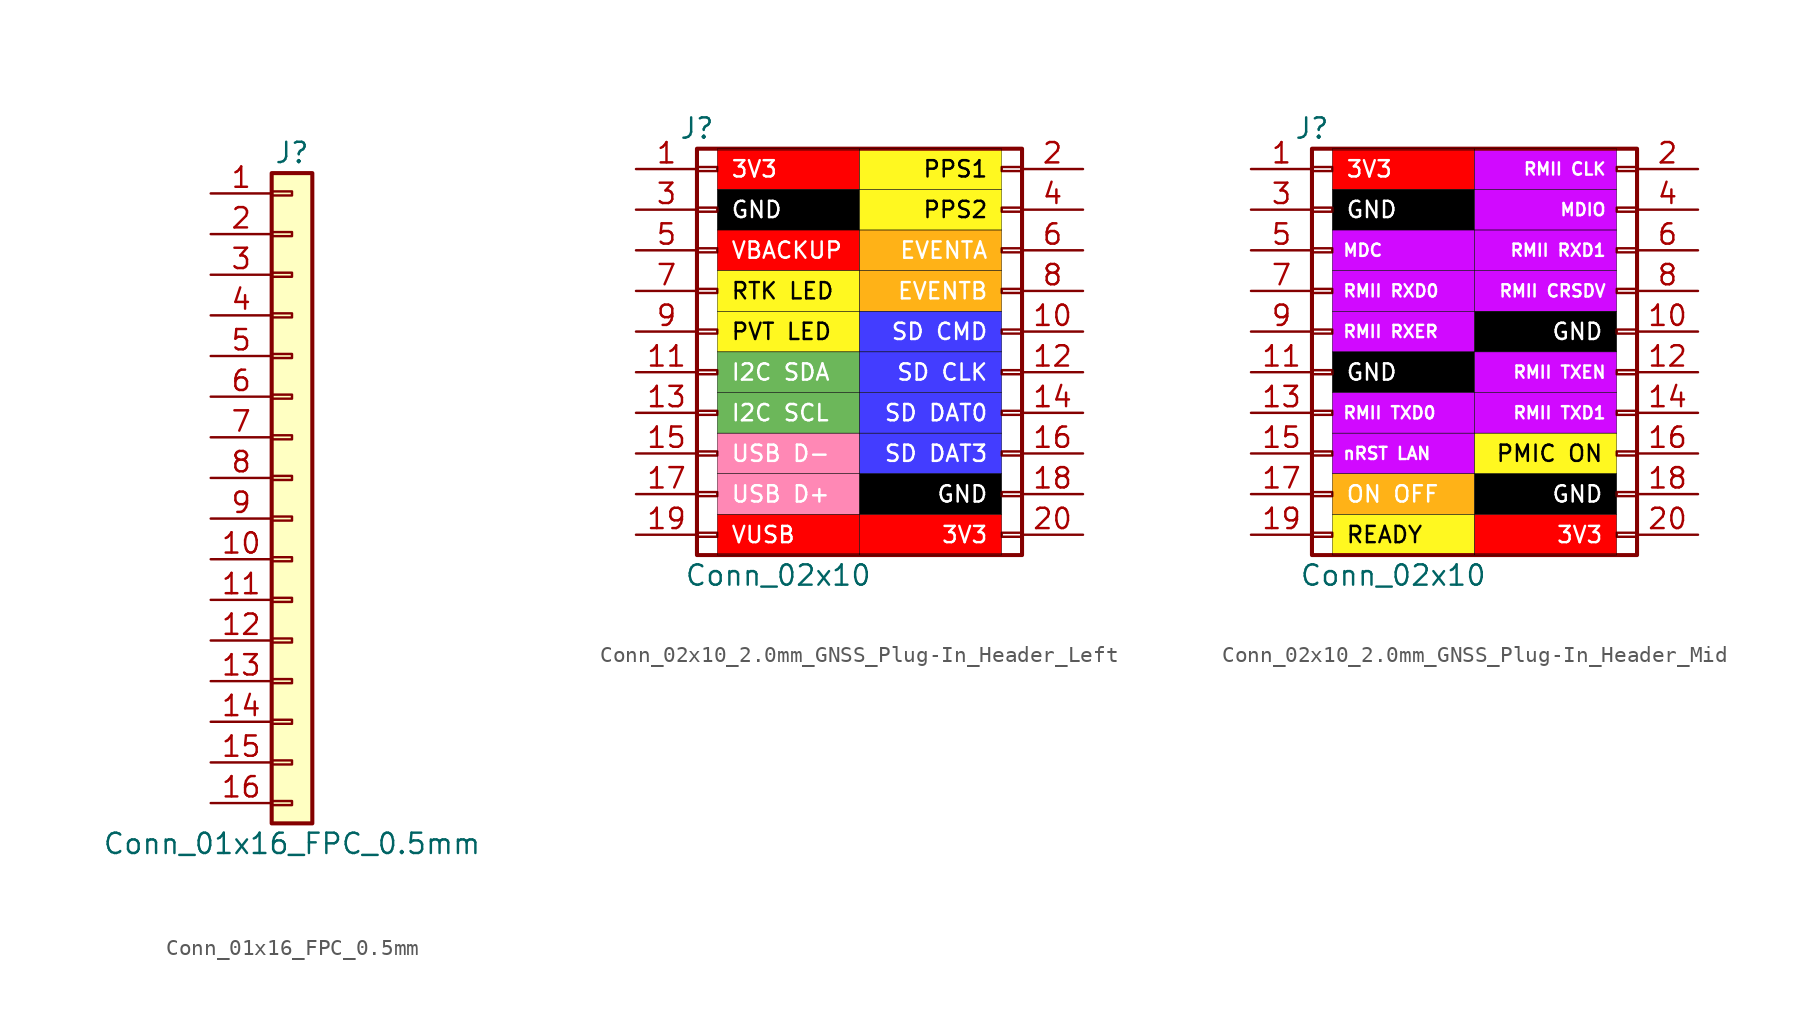
<source format=kicad_sym>
(kicad_symbol_lib
  (version 20231120)
  (generator "kicad_symbol_editor")
  (generator_version "8.0")
  (symbol "Conn_01x16_FPC_0.5mm"
    (pin_names
      (offset 1.016) hide)
    (property "Reference" "J"
      (at 0 20.32 0)
      (effects (font (size 1.27 1.27))))
    (property "Value" "Conn_01x16_FPC_0.5mm"
      (at 0 -22.86 0)
      (effects (font (size 1.27 1.27))))
    (symbol "Conn_01x16_FPC_0.5mm_1_1"
      (rectangle (start -1.27 -20.193) (end 0 -20.447) (stroke (width 0.152) (type default)) (fill (type none)))
      (rectangle (start -1.27 -17.653) (end 0 -17.907) (stroke (width 0.152) (type default)) (fill (type none)))
      (rectangle (start -1.27 -15.113) (end 0 -15.367) (stroke (width 0.152) (type default)) (fill (type none)))
      (rectangle (start -1.27 -12.573) (end 0 -12.827) (stroke (width 0.152) (type default)) (fill (type none)))
      (rectangle (start -1.27 -10.033) (end 0 -10.287) (stroke (width 0.152) (type default)) (fill (type none)))
      (rectangle (start -1.27 -7.493) (end 0 -7.747) (stroke (width 0.152) (type default)) (fill (type none)))
      (rectangle (start -1.27 -4.953) (end 0 -5.207) (stroke (width 0.152) (type default)) (fill (type none)))
      (rectangle (start -1.27 -2.413) (end 0 -2.667) (stroke (width 0.152) (type default)) (fill (type none)))
      (rectangle (start -1.27 0.127) (end 0 -0.127) (stroke (width 0.152) (type default)) (fill (type none)))
      (rectangle (start -1.27 2.667) (end 0 2.413) (stroke (width 0.152) (type default)) (fill (type none)))
      (rectangle (start -1.27 5.207) (end 0 4.953) (stroke (width 0.152) (type default)) (fill (type none)))
      (rectangle (start -1.27 7.747) (end 0 7.493) (stroke (width 0.152) (type default)) (fill (type none)))
      (rectangle (start -1.27 10.287) (end 0 10.033) (stroke (width 0.152) (type default)) (fill (type none)))
      (rectangle (start -1.27 12.827) (end 0 12.573) (stroke (width 0.152) (type default)) (fill (type none)))
      (rectangle (start -1.27 15.367) (end 0 15.113) (stroke (width 0.152) (type default)) (fill (type none)))
      (rectangle (start -1.27 17.907) (end 0 17.653) (stroke (width 0.152) (type default)) (fill (type none)))
      (rectangle (start -1.27 19.05) (end 1.27 -21.59) (stroke (width 0.254) (type default)) (fill (type background)))
      (pin passive line (at -5.08 17.78 0) (length 3.81) (name "Pin_1" (effects (font (size 1.27 1.27)))) (number "1" (effects (font (size 1.27 1.27)))))
      (pin passive line (at -5.08 -5.08 0) (length 3.81) (name "Pin_10" (effects (font (size 1.27 1.27)))) (number "10" (effects (font (size 1.27 1.27)))))
      (pin passive line (at -5.08 -7.62 0) (length 3.81) (name "Pin_11" (effects (font (size 1.27 1.27)))) (number "11" (effects (font (size 1.27 1.27)))))
      (pin passive line (at -5.08 -10.16 0) (length 3.81) (name "Pin_12" (effects (font (size 1.27 1.27)))) (number "12" (effects (font (size 1.27 1.27)))))
      (pin passive line (at -5.08 -12.7 0) (length 3.81) (name "Pin_13" (effects (font (size 1.27 1.27)))) (number "13" (effects (font (size 1.27 1.27)))))
      (pin passive line (at -5.08 -15.24 0) (length 3.81) (name "Pin_14" (effects (font (size 1.27 1.27)))) (number "14" (effects (font (size 1.27 1.27)))))
      (pin passive line (at -5.08 -17.78 0) (length 3.81) (name "Pin_15" (effects (font (size 1.27 1.27)))) (number "15" (effects (font (size 1.27 1.27)))))
      (pin passive line (at -5.08 -20.32 0) (length 3.81) (name "Pin_16" (effects (font (size 1.27 1.27)))) (number "16" (effects (font (size 1.27 1.27)))))
      (pin passive line (at -5.08 15.24 0) (length 3.81) (name "Pin_2" (effects (font (size 1.27 1.27)))) (number "2" (effects (font (size 1.27 1.27)))))
      (pin passive line (at -5.08 12.7 0) (length 3.81) (name "Pin_3" (effects (font (size 1.27 1.27)))) (number "3" (effects (font (size 1.27 1.27)))))
      (pin passive line (at -5.08 10.16 0) (length 3.81) (name "Pin_4" (effects (font (size 1.27 1.27)))) (number "4" (effects (font (size 1.27 1.27)))))
      (pin passive line (at -5.08 7.62 0) (length 3.81) (name "Pin_5" (effects (font (size 1.27 1.27)))) (number "5" (effects (font (size 1.27 1.27)))))
      (pin passive line (at -5.08 5.08 0) (length 3.81) (name "Pin_6" (effects (font (size 1.27 1.27)))) (number "6" (effects (font (size 1.27 1.27)))))
      (pin passive line (at -5.08 2.54 0) (length 3.81) (name "Pin_7" (effects (font (size 1.27 1.27)))) (number "7" (effects (font (size 1.27 1.27)))))
      (pin passive line (at -5.08 0 0) (length 3.81) (name "Pin_8" (effects (font (size 1.27 1.27)))) (number "8" (effects (font (size 1.27 1.27)))))
      (pin passive line (at -5.08 -2.54 0) (length 3.81) (name "Pin_9" (effects (font (size 1.27 1.27)))) (number "9" (effects (font (size 1.27 1.27)))))))
  (symbol "Conn_02x10_2.0mm_GNSS_Plug-In_Header_Left"
    (pin_names
      (offset 1.016) hide)
    (property "Reference" "J"
      (at -10.16 12.7 0)
      (effects (font (size 1.27 1.27))))
    (property "Value" "Conn_02x10"
      (at -5.08 -15.24 0)
      (effects (font (size 1.27 1.27))))
    (symbol "Conn_02x10_2.0mm_GNSS_Plug-In_Header_Left_1_1"
      (rectangle (start -10.16 -12.573) (end -8.89 -12.827) (stroke (width 0.152) (type default)) (fill (type none)))
      (rectangle (start -10.16 -10.033) (end -8.89 -10.287) (stroke (width 0.152) (type default)) (fill (type none)))
      (rectangle (start -10.16 -7.493) (end -8.89 -7.747) (stroke (width 0.152) (type default)) (fill (type none)))
      (rectangle (start -10.16 -4.953) (end -8.89 -5.207) (stroke (width 0.152) (type default)) (fill (type none)))
      (rectangle (start -10.16 -2.413) (end -8.89 -2.667) (stroke (width 0.152) (type default)) (fill (type none)))
      (rectangle (start -10.16 0.127) (end -8.89 -0.127) (stroke (width 0.152) (type default)) (fill (type none)))
      (rectangle (start -10.16 2.667) (end -8.89 2.413) (stroke (width 0.152) (type default)) (fill (type none)))
      (rectangle (start -10.16 5.207) (end -8.89 4.953) (stroke (width 0.152) (type default)) (fill (type none)))
      (rectangle (start -10.16 7.747) (end -8.89 7.493) (stroke (width 0.152) (type default)) (fill (type none)))
      (rectangle (start -10.16 10.287) (end -8.89 10.033) (stroke (width 0.152) (type default)) (fill (type none)))
      (rectangle (start -10.16 11.43) (end 10.16 -13.97) (stroke (width 0.254) (type default)) (fill (type none)))
      (rectangle (start 8.89 -12.573) (end 10.16 -12.827) (stroke (width 0.152) (type default)) (fill (type none)))
      (rectangle (start 8.89 -10.033) (end 10.16 -10.287) (stroke (width 0.152) (type default)) (fill (type none)))
      (rectangle (start 8.89 -7.493) (end 10.16 -7.747) (stroke (width 0.152) (type default)) (fill (type none)))
      (rectangle (start 8.89 -4.953) (end 10.16 -5.207) (stroke (width 0.152) (type default)) (fill (type none)))
      (rectangle (start 8.89 -2.413) (end 10.16 -2.667) (stroke (width 0.152) (type default)) (fill (type none)))
      (rectangle (start 8.89 0.127) (end 10.16 -0.127) (stroke (width 0.152) (type default)) (fill (type none)))
      (rectangle (start 8.89 2.667) (end 10.16 2.413) (stroke (width 0.152) (type default)) (fill (type none)))
      (rectangle (start 8.89 5.207) (end 10.16 4.953) (stroke (width 0.152) (type default)) (fill (type none)))
      (rectangle (start 8.89 7.747) (end 10.16 7.493) (stroke (width 0.152) (type default)) (fill (type none)))
      (rectangle (start 8.89 10.287) (end 10.16 10.033) (stroke (width 0.152) (type default)) (fill (type none)))
      (text_box "3V3" (at -8.89 11.43 0) (size 8.89 -2.54) (stroke (width 0.025) (type default) (color 0 0 1 1)) (fill (type color) (color 255 0 0 1)) (effects (font (size 1.016 1.016) (color 255 255 255 1)) (justify left)))
      (text_box "3V3" (at 0 -11.43 0) (size 8.89 -2.54) (stroke (width 0.025) (type default) (color 0 0 1 1)) (fill (type color) (color 255 0 0 1)) (effects (font (size 1.016 1.016) (color 255 255 255 1)) (justify right)))
      (text_box "EVENTA" (at 0 6.35 0) (size 8.89 -2.54) (stroke (width 0.025) (type default) (color 0 0 1 1)) (fill (type color) (color 255 178 23 1)) (effects (font (size 1.016 1.016) (color 255 255 255 1)) (justify right)))
      (text_box "EVENTB" (at 0 3.81 0) (size 8.89 -2.54) (stroke (width 0.025) (type default) (color 0 0 1 1)) (fill (type color) (color 255 178 23 1)) (effects (font (size 1.016 1.016) (color 255 255 255 1)) (justify right)))
      (text_box "GND" (at -8.89 8.89 0) (size 8.89 -2.54) (stroke (width 0.025) (type default) (color 0 0 1 1)) (fill (type color) (color 0 0 0 1)) (effects (font (size 1.016 1.016) (color 255 255 255 1)) (justify left)))
      (text_box "GND" (at 0 -8.89 0) (size 8.89 -2.54) (stroke (width 0.025) (type default) (color 0 0 1 1)) (fill (type color) (color 0 0 0 1)) (effects (font (size 1.016 1.016) (color 255 255 255 1)) (justify right)))
      (text_box "I2C SCL" (at -8.89 -3.81 0) (size 8.89 -2.54) (stroke (width 0.025) (type default) (color 0 0 1 1)) (fill (type color) (color 108 183 90 1)) (effects (font (size 1.016 1.016) (color 255 255 255 1)) (justify left)))
      (text_box "I2C SDA" (at -8.89 -1.27 0) (size 8.89 -2.54) (stroke (width 0.025) (type default) (color 0 0 1 1)) (fill (type color) (color 108 183 90 1)) (effects (font (size 1.016 1.016) (color 255 255 255 1)) (justify left)))
      (text_box "PPS1" (at 0 11.43 0) (size 8.89 -2.54) (stroke (width 0.025) (type default) (color 0 0 1 1)) (fill (type color) (color 255 248 32 1)) (effects (font (size 1.016 1.016) (color 0 0 0 1)) (justify right)))
      (text_box "PPS2" (at 0 8.89 0) (size 8.89 -2.54) (stroke (width 0.025) (type default) (color 0 0 1 1)) (fill (type color) (color 255 248 32 1)) (effects (font (size 1.016 1.016) (color 0 0 0 1)) (justify right)))
      (text_box "PVT LED" (at -8.89 1.27 0) (size 8.89 -2.54) (stroke (width 0.025) (type default) (color 0 0 1 1)) (fill (type color) (color 255 248 32 1)) (effects (font (size 1.016 1.016) (color 0 0 0 1)) (justify left)))
      (text_box "RTK LED" (at -8.89 3.81 0) (size 8.89 -2.54) (stroke (width 0.025) (type default) (color 0 0 1 1)) (fill (type color) (color 255 248 32 1)) (effects (font (size 1.016 1.016) (color 0 0 0 1)) (justify left)))
      (text_box "SD CLK" (at 0 -1.27 0) (size 8.89 -2.54) (stroke (width 0.025) (type default) (color 0 0 1 1)) (fill (type color) (color 67 61 255 1)) (effects (font (size 1.016 1.016) (color 255 255 255 1)) (justify right)))
      (text_box "SD CMD" (at 0 1.27 0) (size 8.89 -2.54) (stroke (width 0.025) (type default) (color 0 0 1 1)) (fill (type color) (color 67 61 255 1)) (effects (font (size 1.016 1.016) (color 255 255 255 1)) (justify right)))
      (text_box "SD DAT0" (at 0 -3.81 0) (size 8.89 -2.54) (stroke (width 0.025) (type default) (color 0 0 1 1)) (fill (type color) (color 67 61 255 1)) (effects (font (size 1.016 1.016) (color 255 255 255 1)) (justify right)))
      (text_box "SD DAT3" (at 0 -6.35 0) (size 8.89 -2.54) (stroke (width 0.025) (type default) (color 0 0 1 1)) (fill (type color) (color 67 61 255 1)) (effects (font (size 1.016 1.016) (color 255 255 255 1)) (justify right)))
      (text_box "USB D+" (at -8.89 -8.89 0) (size 8.89 -2.54) (stroke (width 0.025) (type default) (color 0 0 1 1)) (fill (type color) (color 255 136 181 1)) (effects (font (size 1.016 1.016) (color 255 255 255 1)) (justify left)))
      (text_box "USB D-" (at -8.89 -6.35 0) (size 8.89 -2.54) (stroke (width 0.025) (type default) (color 0 0 1 1)) (fill (type color) (color 255 136 181 1)) (effects (font (size 1.016 1.016) (color 255 255 255 1)) (justify left)))
      (text_box "VBACKUP" (at -8.89 6.35 0) (size 8.89 -2.54) (stroke (width 0.025) (type default) (color 0 0 1 1)) (fill (type color) (color 255 0 0 1)) (effects (font (size 1.016 1.016) (color 255 255 255 1)) (justify left)))
      (text_box "VUSB" (at -8.89 -11.43 0) (size 8.89 -2.54) (stroke (width 0.025) (type default) (color 0 0 1 1)) (fill (type color) (color 255 0 0 1)) (effects (font (size 1.016 1.016) (color 255 255 255 1)) (justify left)))
      (pin passive line (at -13.97 10.16 0) (length 3.81) (name "Pin_1" (effects (font (size 1.27 1.27)))) (number "1" (effects (font (size 1.27 1.27)))))
      (pin passive line (at 13.97 0 180) (length 3.81) (name "Pin_10" (effects (font (size 1.27 1.27)))) (number "10" (effects (font (size 1.27 1.27)))))
      (pin passive line (at -13.97 -2.54 0) (length 3.81) (name "Pin_1" (effects (font (size 1.27 1.27)))) (number "11" (effects (font (size 1.27 1.27)))))
      (pin passive line (at 13.97 -2.54 180) (length 3.81) (name "Pin_2" (effects (font (size 1.27 1.27)))) (number "12" (effects (font (size 1.27 1.27)))))
      (pin passive line (at -13.97 -5.08 0) (length 3.81) (name "Pin_1" (effects (font (size 1.27 1.27)))) (number "13" (effects (font (size 1.27 1.27)))))
      (pin passive line (at 13.97 -5.08 180) (length 3.81) (name "Pin_2" (effects (font (size 1.27 1.27)))) (number "14" (effects (font (size 1.27 1.27)))))
      (pin passive line (at -13.97 -7.62 0) (length 3.81) (name "Pin_1" (effects (font (size 1.27 1.27)))) (number "15" (effects (font (size 1.27 1.27)))))
      (pin passive line (at 13.97 -7.62 180) (length 3.81) (name "Pin_2" (effects (font (size 1.27 1.27)))) (number "16" (effects (font (size 1.27 1.27)))))
      (pin passive line (at -13.97 -10.16 0) (length 3.81) (name "Pin_1" (effects (font (size 1.27 1.27)))) (number "17" (effects (font (size 1.27 1.27)))))
      (pin passive line (at 13.97 -10.16 180) (length 3.81) (name "Pin_2" (effects (font (size 1.27 1.27)))) (number "18" (effects (font (size 1.27 1.27)))))
      (pin passive line (at -13.97 -12.7 0) (length 3.81) (name "Pin_1" (effects (font (size 1.27 1.27)))) (number "19" (effects (font (size 1.27 1.27)))))
      (pin passive line (at 13.97 10.16 180) (length 3.81) (name "Pin_2" (effects (font (size 1.27 1.27)))) (number "2" (effects (font (size 1.27 1.27)))))
      (pin passive line (at 13.97 -12.7 180) (length 3.81) (name "Pin_2" (effects (font (size 1.27 1.27)))) (number "20" (effects (font (size 1.27 1.27)))))
      (pin passive line (at -13.97 7.62 0) (length 3.81) (name "Pin_3" (effects (font (size 1.27 1.27)))) (number "3" (effects (font (size 1.27 1.27)))))
      (pin passive line (at 13.97 7.62 180) (length 3.81) (name "Pin_4" (effects (font (size 1.27 1.27)))) (number "4" (effects (font (size 1.27 1.27)))))
      (pin passive line (at -13.97 5.08 0) (length 3.81) (name "Pin_5" (effects (font (size 1.27 1.27)))) (number "5" (effects (font (size 1.27 1.27)))))
      (pin passive line (at 13.97 5.08 180) (length 3.81) (name "Pin_6" (effects (font (size 1.27 1.27)))) (number "6" (effects (font (size 1.27 1.27)))))
      (pin passive line (at -13.97 2.54 0) (length 3.81) (name "Pin_7" (effects (font (size 1.27 1.27)))) (number "7" (effects (font (size 1.27 1.27)))))
      (pin passive line (at 13.97 2.54 180) (length 3.81) (name "Pin_8" (effects (font (size 1.27 1.27)))) (number "8" (effects (font (size 1.27 1.27)))))
      (pin passive line (at -13.97 0 0) (length 3.81) (name "Pin_9" (effects (font (size 1.27 1.27)))) (number "9" (effects (font (size 1.27 1.27)))))))
  (symbol "Conn_02x10_2.0mm_GNSS_Plug-In_Header_Mid"
    (pin_names
      (offset 1.016) hide)
    (property "Reference" "J"
      (at -10.16 12.7 0)
      (effects (font (size 1.27 1.27))))
    (property "Value" "Conn_02x10"
      (at -5.08 -15.24 0)
      (effects (font (size 1.27 1.27))))
    (symbol "Conn_02x10_2.0mm_GNSS_Plug-In_Header_Mid_1_1"
      (rectangle (start -10.16 -12.573) (end -8.89 -12.827) (stroke (width 0.152) (type default)) (fill (type none)))
      (rectangle (start -10.16 -10.033) (end -8.89 -10.287) (stroke (width 0.152) (type default)) (fill (type none)))
      (rectangle (start -10.16 -7.493) (end -8.89 -7.747) (stroke (width 0.152) (type default)) (fill (type none)))
      (rectangle (start -10.16 -4.953) (end -8.89 -5.207) (stroke (width 0.152) (type default)) (fill (type none)))
      (rectangle (start -10.16 -2.413) (end -8.89 -2.667) (stroke (width 0.152) (type default)) (fill (type none)))
      (rectangle (start -10.16 0.127) (end -8.89 -0.127) (stroke (width 0.152) (type default)) (fill (type none)))
      (rectangle (start -10.16 2.667) (end -8.89 2.413) (stroke (width 0.152) (type default)) (fill (type none)))
      (rectangle (start -10.16 5.207) (end -8.89 4.953) (stroke (width 0.152) (type default)) (fill (type none)))
      (rectangle (start -10.16 7.747) (end -8.89 7.493) (stroke (width 0.152) (type default)) (fill (type none)))
      (rectangle (start -10.16 10.287) (end -8.89 10.033) (stroke (width 0.152) (type default)) (fill (type none)))
      (rectangle (start -10.16 11.43) (end 10.16 -13.97) (stroke (width 0.254) (type default)) (fill (type none)))
      (rectangle (start 8.89 -12.573) (end 10.16 -12.827) (stroke (width 0.152) (type default)) (fill (type none)))
      (rectangle (start 8.89 -10.033) (end 10.16 -10.287) (stroke (width 0.152) (type default)) (fill (type none)))
      (rectangle (start 8.89 -7.493) (end 10.16 -7.747) (stroke (width 0.152) (type default)) (fill (type none)))
      (rectangle (start 8.89 -4.953) (end 10.16 -5.207) (stroke (width 0.152) (type default)) (fill (type none)))
      (rectangle (start 8.89 -2.413) (end 10.16 -2.667) (stroke (width 0.152) (type default)) (fill (type none)))
      (rectangle (start 8.89 0.127) (end 10.16 -0.127) (stroke (width 0.152) (type default)) (fill (type none)))
      (rectangle (start 8.89 2.667) (end 10.16 2.413) (stroke (width 0.152) (type default)) (fill (type none)))
      (rectangle (start 8.89 5.207) (end 10.16 4.953) (stroke (width 0.152) (type default)) (fill (type none)))
      (rectangle (start 8.89 7.747) (end 10.16 7.493) (stroke (width 0.152) (type default)) (fill (type none)))
      (rectangle (start 8.89 10.287) (end 10.16 10.033) (stroke (width 0.152) (type default)) (fill (type none)))
      (text_box "3V3" (at -8.89 11.43 0) (size 8.89 -2.54) (stroke (width 0.025) (type default) (color 0 0 1 1)) (fill (type color) (color 255 0 0 1)) (effects (font (size 1.016 1.016) (color 255 255 255 1)) (justify left)))
      (text_box "3V3" (at 0 -11.43 0) (size 8.89 -2.54) (stroke (width 0.025) (type default) (color 0 0 1 1)) (fill (type color) (color 255 0 0 1)) (effects (font (size 1.016 1.016) (color 255 255 255 1)) (justify right)))
      (text_box "GND" (at -8.89 -1.27 0) (size 8.89 -2.54) (stroke (width 0.025) (type default) (color 0 0 1 1)) (fill (type color) (color 0 0 0 1)) (effects (font (size 1.016 1.016) (color 255 255 255 1)) (justify left)))
      (text_box "GND" (at -8.89 8.89 0) (size 8.89 -2.54) (stroke (width 0.025) (type default) (color 0 0 1 1)) (fill (type color) (color 0 0 0 1)) (effects (font (size 1.016 1.016) (color 255 255 255 1)) (justify left)))
      (text_box "GND" (at 0 -8.89 0) (size 8.89 -2.54) (stroke (width 0.025) (type default) (color 0 0 1 1)) (fill (type color) (color 0 0 0 1)) (effects (font (size 1.016 1.016) (color 255 255 255 1)) (justify right)))
      (text_box "GND" (at 0 1.27 0) (size 8.89 -2.54) (stroke (width 0.025) (type default) (color 0 0 1 1)) (fill (type color) (color 0 0 0 1)) (effects (font (size 1.016 1.016) (color 255 255 255 1)) (justify right)))
      (text_box "MDC" (at -8.89 6.35 0) (size 8.89 -2.54) (stroke (width 0.025) (type default) (color 0 0 1 1)) (fill (type color) (color 209 9 255 1)) (effects (font (size 0.762 0.762) (color 255 255 255 1)) (justify left)))
      (text_box "MDIO" (at 0 8.89 0) (size 8.89 -2.54) (stroke (width 0.025) (type default) (color 0 0 1 1)) (fill (type color) (color 209 9 255 1)) (effects (font (size 0.762 0.762) (color 255 255 255 1)) (justify right)))
      (text_box "nRST LAN" (at -8.89 -6.35 0) (size 8.89 -2.54) (stroke (width 0.025) (type default) (color 0 0 1 1)) (fill (type color) (color 209 9 255 1)) (effects (font (size 0.762 0.762) (color 255 255 255 1)) (justify left)))
      (text_box "ON OFF" (at -8.89 -8.89 0) (size 8.89 -2.54) (stroke (width 0.025) (type default) (color 0 0 1 1)) (fill (type color) (color 255 178 23 1)) (effects (font (size 1.016 1.016) (color 255 255 255 1)) (justify left)))
      (text_box "PMIC ON" (at 0 -6.35 0) (size 8.89 -2.54) (stroke (width 0.025) (type default) (color 0 0 1 1)) (fill (type color) (color 255 248 32 1)) (effects (font (size 1.016 1.016) (color 0 0 0 1)) (justify right)))
      (text_box "READY" (at -8.89 -11.43 0) (size 8.89 -2.54) (stroke (width 0.025) (type default) (color 0 0 1 1)) (fill (type color) (color 255 248 32 1)) (effects (font (size 1.016 1.016) (color 0 0 0 1)) (justify left)))
      (text_box "RMII CLK" (at 0 11.43 0) (size 8.89 -2.54) (stroke (width 0.025) (type default) (color 0 0 1 1)) (fill (type color) (color 209 9 255 1)) (effects (font (size 0.762 0.762) (color 255 255 255 1)) (justify right)))
      (text_box "RMII CRSDV" (at 0 3.81 0) (size 8.89 -2.54) (stroke (width 0.025) (type default) (color 0 0 1 1)) (fill (type color) (color 209 9 255 1)) (effects (font (size 0.762 0.762) (color 255 255 255 1)) (justify right)))
      (text_box "RMII RXD0" (at -8.89 3.81 0) (size 8.89 -2.54) (stroke (width 0.025) (type default) (color 0 0 1 1)) (fill (type color) (color 209 9 255 1)) (effects (font (size 0.762 0.762) (color 255 255 255 1)) (justify left)))
      (text_box "RMII RXD1" (at 0 6.35 0) (size 8.89 -2.54) (stroke (width 0.025) (type default) (color 0 0 1 1)) (fill (type color) (color 209 9 255 1)) (effects (font (size 0.762 0.762) (color 255 255 255 1)) (justify right)))
      (text_box "RMII RXER" (at -8.89 1.27 0) (size 8.89 -2.54) (stroke (width 0.025) (type default) (color 0 0 1 1)) (fill (type color) (color 209 9 255 1)) (effects (font (size 0.762 0.762) (color 255 255 255 1)) (justify left)))
      (text_box "RMII TXD0" (at -8.89 -3.81 0) (size 8.89 -2.54) (stroke (width 0.025) (type default) (color 0 0 1 1)) (fill (type color) (color 209 9 255 1)) (effects (font (size 0.762 0.762) (color 255 255 255 1)) (justify left)))
      (text_box "RMII TXD1" (at 0 -3.81 0) (size 8.89 -2.54) (stroke (width 0.025) (type default) (color 0 0 1 1)) (fill (type color) (color 209 9 255 1)) (effects (font (size 0.762 0.762) (color 255 255 255 1)) (justify right)))
      (text_box "RMII TXEN" (at 0 -1.27 0) (size 8.89 -2.54) (stroke (width 0.025) (type default) (color 0 0 1 1)) (fill (type color) (color 209 9 255 1)) (effects (font (size 0.762 0.762) (color 255 255 255 1)) (justify right)))
      (pin passive line (at -13.97 10.16 0) (length 3.81) (name "Pin_1" (effects (font (size 1.27 1.27)))) (number "1" (effects (font (size 1.27 1.27)))))
      (pin passive line (at 13.97 0 180) (length 3.81) (name "Pin_10" (effects (font (size 1.27 1.27)))) (number "10" (effects (font (size 1.27 1.27)))))
      (pin passive line (at -13.97 -2.54 0) (length 3.81) (name "Pin_1" (effects (font (size 1.27 1.27)))) (number "11" (effects (font (size 1.27 1.27)))))
      (pin passive line (at 13.97 -2.54 180) (length 3.81) (name "Pin_2" (effects (font (size 1.27 1.27)))) (number "12" (effects (font (size 1.27 1.27)))))
      (pin passive line (at -13.97 -5.08 0) (length 3.81) (name "Pin_1" (effects (font (size 1.27 1.27)))) (number "13" (effects (font (size 1.27 1.27)))))
      (pin passive line (at 13.97 -5.08 180) (length 3.81) (name "Pin_2" (effects (font (size 1.27 1.27)))) (number "14" (effects (font (size 1.27 1.27)))))
      (pin passive line (at -13.97 -7.62 0) (length 3.81) (name "Pin_1" (effects (font (size 1.27 1.27)))) (number "15" (effects (font (size 1.27 1.27)))))
      (pin passive line (at 13.97 -7.62 180) (length 3.81) (name "Pin_2" (effects (font (size 1.27 1.27)))) (number "16" (effects (font (size 1.27 1.27)))))
      (pin passive line (at -13.97 -10.16 0) (length 3.81) (name "Pin_1" (effects (font (size 1.27 1.27)))) (number "17" (effects (font (size 1.27 1.27)))))
      (pin passive line (at 13.97 -10.16 180) (length 3.81) (name "Pin_2" (effects (font (size 1.27 1.27)))) (number "18" (effects (font (size 1.27 1.27)))))
      (pin passive line (at -13.97 -12.7 0) (length 3.81) (name "Pin_1" (effects (font (size 1.27 1.27)))) (number "19" (effects (font (size 1.27 1.27)))))
      (pin passive line (at 13.97 10.16 180) (length 3.81) (name "Pin_2" (effects (font (size 1.27 1.27)))) (number "2" (effects (font (size 1.27 1.27)))))
      (pin passive line (at 13.97 -12.7 180) (length 3.81) (name "Pin_2" (effects (font (size 1.27 1.27)))) (number "20" (effects (font (size 1.27 1.27)))))
      (pin passive line (at -13.97 7.62 0) (length 3.81) (name "Pin_3" (effects (font (size 1.27 1.27)))) (number "3" (effects (font (size 1.27 1.27)))))
      (pin passive line (at 13.97 7.62 180) (length 3.81) (name "Pin_4" (effects (font (size 1.27 1.27)))) (number "4" (effects (font (size 1.27 1.27)))))
      (pin passive line (at -13.97 5.08 0) (length 3.81) (name "Pin_5" (effects (font (size 1.27 1.27)))) (number "5" (effects (font (size 1.27 1.27)))))
      (pin passive line (at 13.97 5.08 180) (length 3.81) (name "Pin_6" (effects (font (size 1.27 1.27)))) (number "6" (effects (font (size 1.27 1.27)))))
      (pin passive line (at -13.97 2.54 0) (length 3.81) (name "Pin_7" (effects (font (size 1.27 1.27)))) (number "7" (effects (font (size 1.27 1.27)))))
      (pin passive line (at 13.97 2.54 180) (length 3.81) (name "Pin_8" (effects (font (size 1.27 1.27)))) (number "8" (effects (font (size 1.27 1.27)))))
      (pin passive line (at -13.97 0 0) (length 3.81) (name "Pin_9" (effects (font (size 1.27 1.27)))) (number "9" (effects (font (size 1.27 1.27))))))))
</source>
